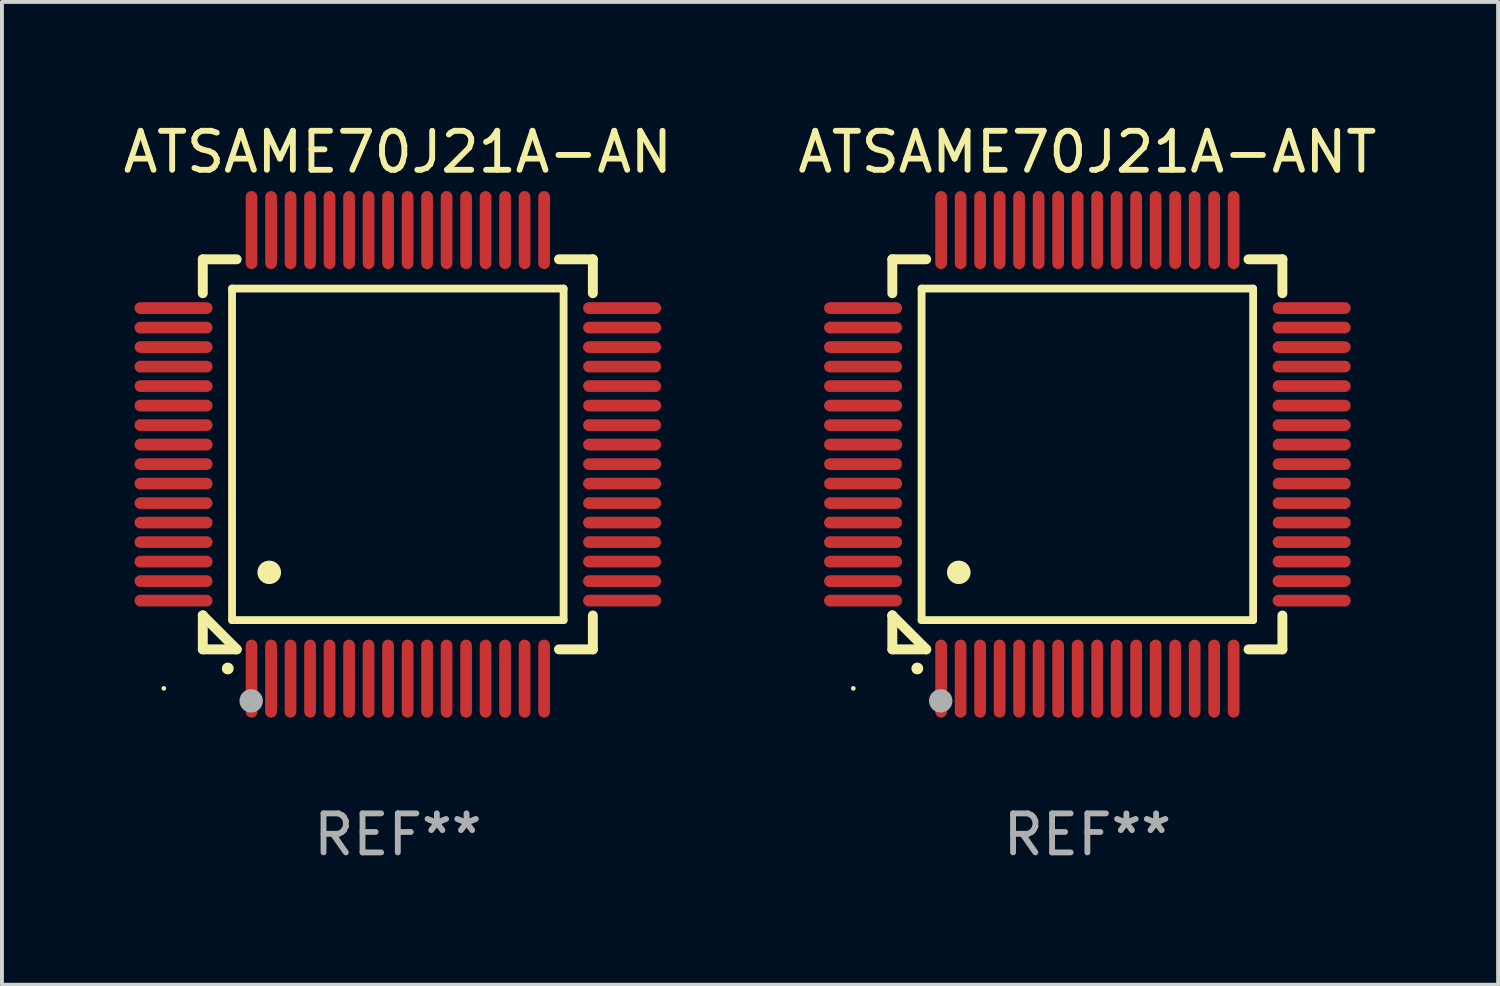
<source format=kicad_pcb>
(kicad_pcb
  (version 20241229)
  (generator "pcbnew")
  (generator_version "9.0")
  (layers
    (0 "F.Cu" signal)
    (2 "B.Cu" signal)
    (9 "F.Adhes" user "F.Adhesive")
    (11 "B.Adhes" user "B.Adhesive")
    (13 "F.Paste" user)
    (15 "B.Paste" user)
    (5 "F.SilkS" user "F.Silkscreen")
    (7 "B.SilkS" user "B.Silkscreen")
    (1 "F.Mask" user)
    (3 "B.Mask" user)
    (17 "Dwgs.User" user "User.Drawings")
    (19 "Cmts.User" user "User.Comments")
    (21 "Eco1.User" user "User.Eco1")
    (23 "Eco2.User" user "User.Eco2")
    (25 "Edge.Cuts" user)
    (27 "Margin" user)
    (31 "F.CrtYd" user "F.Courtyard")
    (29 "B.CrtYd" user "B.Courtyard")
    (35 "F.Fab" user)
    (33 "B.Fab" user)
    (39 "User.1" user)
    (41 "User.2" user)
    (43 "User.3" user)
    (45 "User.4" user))
  (footprint "ATSAME70J21A-AN"
    (layer "F.Cu")
    (at 7.149 8.598)
    (property "Reference" "ATSAME70J21A-AN" (at 0 -7.75 0) (layer "F.SilkS") (effects (font (size 1 1) (thickness 0.15))))
    (attr through_hole)
    (fp_line (start -5 -5) (end -4.131 -5) (stroke (width 0.254) (type solid)) (layer "F.SilkS"))
    (fp_line (start -5 -4.131) (end -5 -5) (stroke (width 0.254) (type solid)) (layer "F.SilkS"))
    (fp_line (start -5 4.131) (end -5 4.131) (stroke (width 0.254) (type solid)) (layer "F.SilkS"))
    (fp_line (start -5 5) (end -5 4.131) (stroke (width 0.254) (type solid)) (layer "F.SilkS"))
    (fp_line (start -5 4.131) (end -4.131 5) (stroke (width 0.254) (type solid)) (layer "F.SilkS"))
    (fp_line (start -4.25 -4.25) (end -4.25 4.25) (stroke (width 0.2) (type solid)) (layer "F.SilkS"))
    (fp_line (start -4.25 4.25) (end 4.25 4.25) (stroke (width 0.2) (type solid)) (layer "F.SilkS"))
    (fp_line (start -4.131 5) (end -5 5) (stroke (width 0.254) (type solid)) (layer "F.SilkS"))
    (fp_line (start 4.25 -4.25) (end -4.25 -4.25) (stroke (width 0.2) (type solid)) (layer "F.SilkS"))
    (fp_line (start 4.25 4.25) (end 4.25 -4.25) (stroke (width 0.2) (type solid)) (layer "F.SilkS"))
    (fp_line (start 5 -5) (end 4.131 -5) (stroke (width 0.254) (type solid)) (layer "F.SilkS"))
    (fp_line (start 5 -5) (end 5 -4.131) (stroke (width 0.254) (type solid)) (layer "F.SilkS"))
    (fp_line (start 5 4.131) (end 5 5) (stroke (width 0.254) (type solid)) (layer "F.SilkS"))
    (fp_line (start 5 5) (end 4.131 5) (stroke (width 0.254) (type solid)) (layer "F.SilkS"))
    (fp_arc (start -4.361265 5.489992) (mid -4.359995 5.489987) (end -4.358725 5.489992) (stroke (width 0.3) (type solid)) (layer "F.SilkS"))
    (fp_arc (start -3.299467 3.025146) (mid -3.296927 3.025135) (end -3.294387 3.025146) (stroke (width 0.6) (type solid)) (layer "F.SilkS"))
    (fp_circle (center -6 6) (end -5.97 6) (stroke (width 0.06) (type solid)) (fill no) (layer "F.SilkS"))
    (fp_circle (center -3.76 6.32) (end -3.61 6.32) (stroke (width 0.3) (type solid)) (fill no) (layer "F.Fab"))
    (fp_text user "REF**" (at 0 9.75 0) (layer "F.Fab") (effects (font (size 1 1) (thickness 0.15))))
    (pad "1" smd oval (at -3.75 5.75) (size 0.3 2) (layers "F.Cu" "F.Mask" "F.Paste"))
    (pad "2" smd oval (at -3.25 5.75) (size 0.3 2) (layers "F.Cu" "F.Mask" "F.Paste"))
    (pad "3" smd oval (at -2.75 5.75) (size 0.3 2) (layers "F.Cu" "F.Mask" "F.Paste"))
    (pad "4" smd oval (at -2.25 5.75) (size 0.3 2) (layers "F.Cu" "F.Mask" "F.Paste"))
    (pad "5" smd oval (at -1.75 5.75) (size 0.3 2) (layers "F.Cu" "F.Mask" "F.Paste"))
    (pad "6" smd oval (at -1.25 5.75) (size 0.3 2) (layers "F.Cu" "F.Mask" "F.Paste"))
    (pad "7" smd oval (at -0.75 5.75) (size 0.3 2) (layers "F.Cu" "F.Mask" "F.Paste"))
    (pad "8" smd oval (at -0.25 5.75) (size 0.3 2) (layers "F.Cu" "F.Mask" "F.Paste"))
    (pad "9" smd oval (at 0.25 5.75) (size 0.3 2) (layers "F.Cu" "F.Mask" "F.Paste"))
    (pad "10" smd oval (at 0.75 5.75) (size 0.3 2) (layers "F.Cu" "F.Mask" "F.Paste"))
    (pad "11" smd oval (at 1.25 5.75) (size 0.3 2) (layers "F.Cu" "F.Mask" "F.Paste"))
    (pad "12" smd oval (at 1.75 5.75) (size 0.3 2) (layers "F.Cu" "F.Mask" "F.Paste"))
    (pad "13" smd oval (at 2.25 5.75) (size 0.3 2) (layers "F.Cu" "F.Mask" "F.Paste"))
    (pad "14" smd oval (at 2.75 5.75) (size 0.3 2) (layers "F.Cu" "F.Mask" "F.Paste"))
    (pad "15" smd oval (at 3.25 5.75) (size 0.3 2) (layers "F.Cu" "F.Mask" "F.Paste"))
    (pad "16" smd oval (at 3.75 5.75) (size 0.3 2) (layers "F.Cu" "F.Mask" "F.Paste"))
    (pad "17" smd oval (at 5.75 3.75) (size 2 0.3) (layers "F.Cu" "F.Mask" "F.Paste"))
    (pad "18" smd oval (at 5.75 3.25) (size 2 0.3) (layers "F.Cu" "F.Mask" "F.Paste"))
    (pad "19" smd oval (at 5.75 2.75) (size 2 0.3) (layers "F.Cu" "F.Mask" "F.Paste"))
    (pad "20" smd oval (at 5.75 2.25) (size 2 0.3) (layers "F.Cu" "F.Mask" "F.Paste"))
    (pad "21" smd oval (at 5.75 1.75) (size 2 0.3) (layers "F.Cu" "F.Mask" "F.Paste"))
    (pad "22" smd oval (at 5.75 1.25) (size 2 0.3) (layers "F.Cu" "F.Mask" "F.Paste"))
    (pad "23" smd oval (at 5.75 0.75) (size 2 0.3) (layers "F.Cu" "F.Mask" "F.Paste"))
    (pad "24" smd oval (at 5.75 0.25) (size 2 0.3) (layers "F.Cu" "F.Mask" "F.Paste"))
    (pad "25" smd oval (at 5.75 -0.25) (size 2 0.3) (layers "F.Cu" "F.Mask" "F.Paste"))
    (pad "26" smd oval (at 5.75 -0.75) (size 2 0.3) (layers "F.Cu" "F.Mask" "F.Paste"))
    (pad "27" smd oval (at 5.75 -1.25) (size 2 0.3) (layers "F.Cu" "F.Mask" "F.Paste"))
    (pad "28" smd oval (at 5.75 -1.75) (size 2 0.3) (layers "F.Cu" "F.Mask" "F.Paste"))
    (pad "29" smd oval (at 5.75 -2.25) (size 2 0.3) (layers "F.Cu" "F.Mask" "F.Paste"))
    (pad "30" smd oval (at 5.75 -2.75) (size 2 0.3) (layers "F.Cu" "F.Mask" "F.Paste"))
    (pad "31" smd oval (at 5.75 -3.25) (size 2 0.3) (layers "F.Cu" "F.Mask" "F.Paste"))
    (pad "32" smd oval (at 5.75 -3.75) (size 2 0.3) (layers "F.Cu" "F.Mask" "F.Paste"))
    (pad "33" smd oval (at 3.75 -5.75) (size 0.3 2) (layers "F.Cu" "F.Mask" "F.Paste"))
    (pad "34" smd oval (at 3.25 -5.75) (size 0.3 2) (layers "F.Cu" "F.Mask" "F.Paste"))
    (pad "35" smd oval (at 2.75 -5.75) (size 0.3 2) (layers "F.Cu" "F.Mask" "F.Paste"))
    (pad "36" smd oval (at 2.25 -5.75) (size 0.3 2) (layers "F.Cu" "F.Mask" "F.Paste"))
    (pad "37" smd oval (at 1.75 -5.75) (size 0.3 2) (layers "F.Cu" "F.Mask" "F.Paste"))
    (pad "38" smd oval (at 1.25 -5.75) (size 0.3 2) (layers "F.Cu" "F.Mask" "F.Paste"))
    (pad "39" smd oval (at 0.75 -5.75) (size 0.3 2) (layers "F.Cu" "F.Mask" "F.Paste"))
    (pad "40" smd oval (at 0.25 -5.75) (size 0.3 2) (layers "F.Cu" "F.Mask" "F.Paste"))
    (pad "41" smd oval (at -0.25 -5.75) (size 0.3 2) (layers "F.Cu" "F.Mask" "F.Paste"))
    (pad "42" smd oval (at -0.75 -5.75) (size 0.3 2) (layers "F.Cu" "F.Mask" "F.Paste"))
    (pad "43" smd oval (at -1.25 -5.75) (size 0.3 2) (layers "F.Cu" "F.Mask" "F.Paste"))
    (pad "44" smd oval (at -1.75 -5.75) (size 0.3 2) (layers "F.Cu" "F.Mask" "F.Paste"))
    (pad "45" smd oval (at -2.25 -5.75) (size 0.3 2) (layers "F.Cu" "F.Mask" "F.Paste"))
    (pad "46" smd oval (at -2.75 -5.75) (size 0.3 2) (layers "F.Cu" "F.Mask" "F.Paste"))
    (pad "47" smd oval (at -3.25 -5.75) (size 0.3 2) (layers "F.Cu" "F.Mask" "F.Paste"))
    (pad "48" smd oval (at -3.75 -5.75) (size 0.3 2) (layers "F.Cu" "F.Mask" "F.Paste"))
    (pad "49" smd oval (at -5.75 -3.75) (size 2 0.3) (layers "F.Cu" "F.Mask" "F.Paste"))
    (pad "50" smd oval (at -5.75 -3.25) (size 2 0.3) (layers "F.Cu" "F.Mask" "F.Paste"))
    (pad "51" smd oval (at -5.75 -2.75) (size 2 0.3) (layers "F.Cu" "F.Mask" "F.Paste"))
    (pad "52" smd oval (at -5.75 -2.25) (size 2 0.3) (layers "F.Cu" "F.Mask" "F.Paste"))
    (pad "53" smd oval (at -5.75 -1.75) (size 2 0.3) (layers "F.Cu" "F.Mask" "F.Paste"))
    (pad "54" smd oval (at -5.75 -1.25) (size 2 0.3) (layers "F.Cu" "F.Mask" "F.Paste"))
    (pad "55" smd oval (at -5.75 -0.75) (size 2 0.3) (layers "F.Cu" "F.Mask" "F.Paste"))
    (pad "56" smd oval (at -5.75 -0.25) (size 2 0.3) (layers "F.Cu" "F.Mask" "F.Paste"))
    (pad "57" smd oval (at -5.75 0.25) (size 2 0.3) (layers "F.Cu" "F.Mask" "F.Paste"))
    (pad "58" smd oval (at -5.75 0.75) (size 2 0.3) (layers "F.Cu" "F.Mask" "F.Paste"))
    (pad "59" smd oval (at -5.75 1.25) (size 2 0.3) (layers "F.Cu" "F.Mask" "F.Paste"))
    (pad "60" smd oval (at -5.75 1.75) (size 2 0.3) (layers "F.Cu" "F.Mask" "F.Paste"))
    (pad "61" smd oval (at -5.75 2.25) (size 2 0.3) (layers "F.Cu" "F.Mask" "F.Paste"))
    (pad "62" smd oval (at -5.75 2.75) (size 2 0.3) (layers "F.Cu" "F.Mask" "F.Paste"))
    (pad "63" smd oval (at -5.75 3.25) (size 2 0.3) (layers "F.Cu" "F.Mask" "F.Paste"))
    (pad "64" smd oval (at -5.75 3.75) (size 2 0.3) (layers "F.Cu" "F.Mask" "F.Paste")))
  (footprint "ATSAME70J21A-ANT"
    (layer "F.Cu")
    (at 24.827 8.598)
    (property "Reference" "ATSAME70J21A-ANT" (at 0 -7.75 0) (layer "F.SilkS") (effects (font (size 1 1) (thickness 0.15))))
    (attr through_hole)
    (fp_line (start -5 -5) (end -4.131 -5) (stroke (width 0.254) (type solid)) (layer "F.SilkS"))
    (fp_line (start -5 -4.131) (end -5 -5) (stroke (width 0.254) (type solid)) (layer "F.SilkS"))
    (fp_line (start -5 4.131) (end -5 4.131) (stroke (width 0.254) (type solid)) (layer "F.SilkS"))
    (fp_line (start -5 5) (end -5 4.131) (stroke (width 0.254) (type solid)) (layer "F.SilkS"))
    (fp_line (start -5 4.131) (end -4.131 5) (stroke (width 0.254) (type solid)) (layer "F.SilkS"))
    (fp_line (start -4.25 -4.25) (end -4.25 4.25) (stroke (width 0.2) (type solid)) (layer "F.SilkS"))
    (fp_line (start -4.25 4.25) (end 4.25 4.25) (stroke (width 0.2) (type solid)) (layer "F.SilkS"))
    (fp_line (start -4.131 5) (end -5 5) (stroke (width 0.254) (type solid)) (layer "F.SilkS"))
    (fp_line (start 4.25 -4.25) (end -4.25 -4.25) (stroke (width 0.2) (type solid)) (layer "F.SilkS"))
    (fp_line (start 4.25 4.25) (end 4.25 -4.25) (stroke (width 0.2) (type solid)) (layer "F.SilkS"))
    (fp_line (start 5 -5) (end 4.131 -5) (stroke (width 0.254) (type solid)) (layer "F.SilkS"))
    (fp_line (start 5 -5) (end 5 -4.131) (stroke (width 0.254) (type solid)) (layer "F.SilkS"))
    (fp_line (start 5 4.131) (end 5 5) (stroke (width 0.254) (type solid)) (layer "F.SilkS"))
    (fp_line (start 5 5) (end 4.131 5) (stroke (width 0.254) (type solid)) (layer "F.SilkS"))
    (fp_arc (start -4.361265 5.489992) (mid -4.359995 5.489987) (end -4.358725 5.489992) (stroke (width 0.3) (type solid)) (layer "F.SilkS"))
    (fp_arc (start -3.299467 3.025146) (mid -3.296927 3.025135) (end -3.294387 3.025146) (stroke (width 0.6) (type solid)) (layer "F.SilkS"))
    (fp_circle (center -6 6) (end -5.97 6) (stroke (width 0.06) (type solid)) (fill no) (layer "F.SilkS"))
    (fp_circle (center -3.76 6.32) (end -3.61 6.32) (stroke (width 0.3) (type solid)) (fill no) (layer "F.Fab"))
    (fp_text user "REF**" (at 0 9.75 0) (layer "F.Fab") (effects (font (size 1 1) (thickness 0.15))))
    (pad "1" smd oval (at -3.75 5.75) (size 0.3 2) (layers "F.Cu" "F.Mask" "F.Paste"))
    (pad "2" smd oval (at -3.25 5.75) (size 0.3 2) (layers "F.Cu" "F.Mask" "F.Paste"))
    (pad "3" smd oval (at -2.75 5.75) (size 0.3 2) (layers "F.Cu" "F.Mask" "F.Paste"))
    (pad "4" smd oval (at -2.25 5.75) (size 0.3 2) (layers "F.Cu" "F.Mask" "F.Paste"))
    (pad "5" smd oval (at -1.75 5.75) (size 0.3 2) (layers "F.Cu" "F.Mask" "F.Paste"))
    (pad "6" smd oval (at -1.25 5.75) (size 0.3 2) (layers "F.Cu" "F.Mask" "F.Paste"))
    (pad "7" smd oval (at -0.75 5.75) (size 0.3 2) (layers "F.Cu" "F.Mask" "F.Paste"))
    (pad "8" smd oval (at -0.25 5.75) (size 0.3 2) (layers "F.Cu" "F.Mask" "F.Paste"))
    (pad "9" smd oval (at 0.25 5.75) (size 0.3 2) (layers "F.Cu" "F.Mask" "F.Paste"))
    (pad "10" smd oval (at 0.75 5.75) (size 0.3 2) (layers "F.Cu" "F.Mask" "F.Paste"))
    (pad "11" smd oval (at 1.25 5.75) (size 0.3 2) (layers "F.Cu" "F.Mask" "F.Paste"))
    (pad "12" smd oval (at 1.75 5.75) (size 0.3 2) (layers "F.Cu" "F.Mask" "F.Paste"))
    (pad "13" smd oval (at 2.25 5.75) (size 0.3 2) (layers "F.Cu" "F.Mask" "F.Paste"))
    (pad "14" smd oval (at 2.75 5.75) (size 0.3 2) (layers "F.Cu" "F.Mask" "F.Paste"))
    (pad "15" smd oval (at 3.25 5.75) (size 0.3 2) (layers "F.Cu" "F.Mask" "F.Paste"))
    (pad "16" smd oval (at 3.75 5.75) (size 0.3 2) (layers "F.Cu" "F.Mask" "F.Paste"))
    (pad "17" smd oval (at 5.75 3.75) (size 2 0.3) (layers "F.Cu" "F.Mask" "F.Paste"))
    (pad "18" smd oval (at 5.75 3.25) (size 2 0.3) (layers "F.Cu" "F.Mask" "F.Paste"))
    (pad "19" smd oval (at 5.75 2.75) (size 2 0.3) (layers "F.Cu" "F.Mask" "F.Paste"))
    (pad "20" smd oval (at 5.75 2.25) (size 2 0.3) (layers "F.Cu" "F.Mask" "F.Paste"))
    (pad "21" smd oval (at 5.75 1.75) (size 2 0.3) (layers "F.Cu" "F.Mask" "F.Paste"))
    (pad "22" smd oval (at 5.75 1.25) (size 2 0.3) (layers "F.Cu" "F.Mask" "F.Paste"))
    (pad "23" smd oval (at 5.75 0.75) (size 2 0.3) (layers "F.Cu" "F.Mask" "F.Paste"))
    (pad "24" smd oval (at 5.75 0.25) (size 2 0.3) (layers "F.Cu" "F.Mask" "F.Paste"))
    (pad "25" smd oval (at 5.75 -0.25) (size 2 0.3) (layers "F.Cu" "F.Mask" "F.Paste"))
    (pad "26" smd oval (at 5.75 -0.75) (size 2 0.3) (layers "F.Cu" "F.Mask" "F.Paste"))
    (pad "27" smd oval (at 5.75 -1.25) (size 2 0.3) (layers "F.Cu" "F.Mask" "F.Paste"))
    (pad "28" smd oval (at 5.75 -1.75) (size 2 0.3) (layers "F.Cu" "F.Mask" "F.Paste"))
    (pad "29" smd oval (at 5.75 -2.25) (size 2 0.3) (layers "F.Cu" "F.Mask" "F.Paste"))
    (pad "30" smd oval (at 5.75 -2.75) (size 2 0.3) (layers "F.Cu" "F.Mask" "F.Paste"))
    (pad "31" smd oval (at 5.75 -3.25) (size 2 0.3) (layers "F.Cu" "F.Mask" "F.Paste"))
    (pad "32" smd oval (at 5.75 -3.75) (size 2 0.3) (layers "F.Cu" "F.Mask" "F.Paste"))
    (pad "33" smd oval (at 3.75 -5.75) (size 0.3 2) (layers "F.Cu" "F.Mask" "F.Paste"))
    (pad "34" smd oval (at 3.25 -5.75) (size 0.3 2) (layers "F.Cu" "F.Mask" "F.Paste"))
    (pad "35" smd oval (at 2.75 -5.75) (size 0.3 2) (layers "F.Cu" "F.Mask" "F.Paste"))
    (pad "36" smd oval (at 2.25 -5.75) (size 0.3 2) (layers "F.Cu" "F.Mask" "F.Paste"))
    (pad "37" smd oval (at 1.75 -5.75) (size 0.3 2) (layers "F.Cu" "F.Mask" "F.Paste"))
    (pad "38" smd oval (at 1.25 -5.75) (size 0.3 2) (layers "F.Cu" "F.Mask" "F.Paste"))
    (pad "39" smd oval (at 0.75 -5.75) (size 0.3 2) (layers "F.Cu" "F.Mask" "F.Paste"))
    (pad "40" smd oval (at 0.25 -5.75) (size 0.3 2) (layers "F.Cu" "F.Mask" "F.Paste"))
    (pad "41" smd oval (at -0.25 -5.75) (size 0.3 2) (layers "F.Cu" "F.Mask" "F.Paste"))
    (pad "42" smd oval (at -0.75 -5.75) (size 0.3 2) (layers "F.Cu" "F.Mask" "F.Paste"))
    (pad "43" smd oval (at -1.25 -5.75) (size 0.3 2) (layers "F.Cu" "F.Mask" "F.Paste"))
    (pad "44" smd oval (at -1.75 -5.75) (size 0.3 2) (layers "F.Cu" "F.Mask" "F.Paste"))
    (pad "45" smd oval (at -2.25 -5.75) (size 0.3 2) (layers "F.Cu" "F.Mask" "F.Paste"))
    (pad "46" smd oval (at -2.75 -5.75) (size 0.3 2) (layers "F.Cu" "F.Mask" "F.Paste"))
    (pad "47" smd oval (at -3.25 -5.75) (size 0.3 2) (layers "F.Cu" "F.Mask" "F.Paste"))
    (pad "48" smd oval (at -3.75 -5.75) (size 0.3 2) (layers "F.Cu" "F.Mask" "F.Paste"))
    (pad "49" smd oval (at -5.75 -3.75) (size 2 0.3) (layers "F.Cu" "F.Mask" "F.Paste"))
    (pad "50" smd oval (at -5.75 -3.25) (size 2 0.3) (layers "F.Cu" "F.Mask" "F.Paste"))
    (pad "51" smd oval (at -5.75 -2.75) (size 2 0.3) (layers "F.Cu" "F.Mask" "F.Paste"))
    (pad "52" smd oval (at -5.75 -2.25) (size 2 0.3) (layers "F.Cu" "F.Mask" "F.Paste"))
    (pad "53" smd oval (at -5.75 -1.75) (size 2 0.3) (layers "F.Cu" "F.Mask" "F.Paste"))
    (pad "54" smd oval (at -5.75 -1.25) (size 2 0.3) (layers "F.Cu" "F.Mask" "F.Paste"))
    (pad "55" smd oval (at -5.75 -0.75) (size 2 0.3) (layers "F.Cu" "F.Mask" "F.Paste"))
    (pad "56" smd oval (at -5.75 -0.25) (size 2 0.3) (layers "F.Cu" "F.Mask" "F.Paste"))
    (pad "57" smd oval (at -5.75 0.25) (size 2 0.3) (layers "F.Cu" "F.Mask" "F.Paste"))
    (pad "58" smd oval (at -5.75 0.75) (size 2 0.3) (layers "F.Cu" "F.Mask" "F.Paste"))
    (pad "59" smd oval (at -5.75 1.25) (size 2 0.3) (layers "F.Cu" "F.Mask" "F.Paste"))
    (pad "60" smd oval (at -5.75 1.75) (size 2 0.3) (layers "F.Cu" "F.Mask" "F.Paste"))
    (pad "61" smd oval (at -5.75 2.25) (size 2 0.3) (layers "F.Cu" "F.Mask" "F.Paste"))
    (pad "62" smd oval (at -5.75 2.75) (size 2 0.3) (layers "F.Cu" "F.Mask" "F.Paste"))
    (pad "63" smd oval (at -5.75 3.25) (size 2 0.3) (layers "F.Cu" "F.Mask" "F.Paste"))
    (pad "64" smd oval (at -5.75 3.75) (size 2 0.3) (layers "F.Cu" "F.Mask" "F.Paste")))
  (gr_rect
    (start -3 -3)
    (end 35.357 22.196)
    (stroke (width 0.1) (type default))
    (fill no)
    (layer "Edge.Cuts")))
</source>
